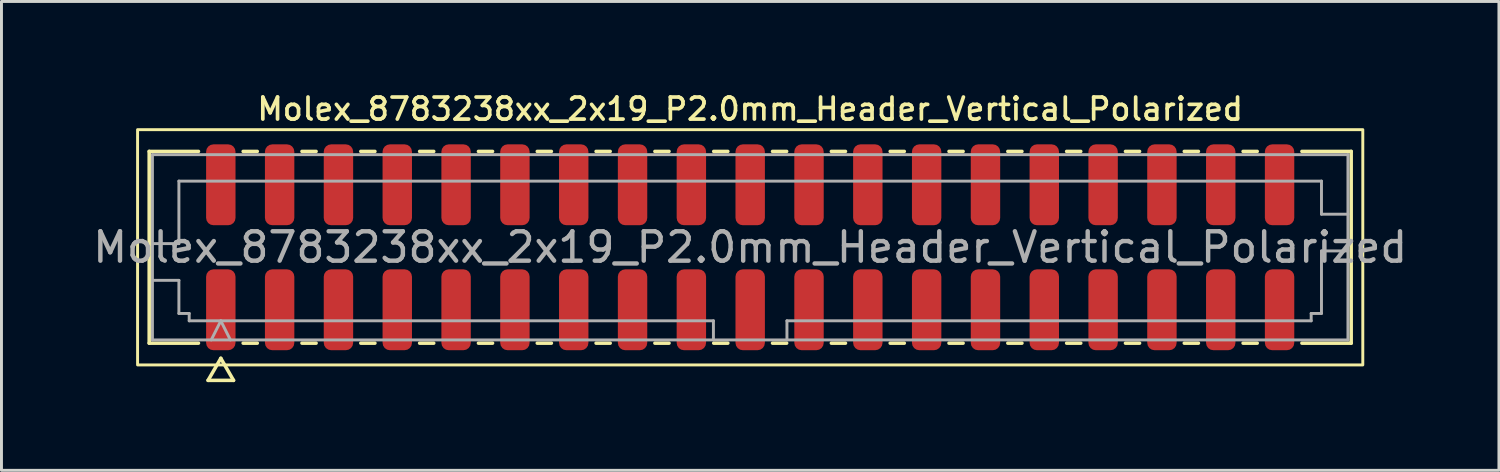
<source format=kicad_pcb>
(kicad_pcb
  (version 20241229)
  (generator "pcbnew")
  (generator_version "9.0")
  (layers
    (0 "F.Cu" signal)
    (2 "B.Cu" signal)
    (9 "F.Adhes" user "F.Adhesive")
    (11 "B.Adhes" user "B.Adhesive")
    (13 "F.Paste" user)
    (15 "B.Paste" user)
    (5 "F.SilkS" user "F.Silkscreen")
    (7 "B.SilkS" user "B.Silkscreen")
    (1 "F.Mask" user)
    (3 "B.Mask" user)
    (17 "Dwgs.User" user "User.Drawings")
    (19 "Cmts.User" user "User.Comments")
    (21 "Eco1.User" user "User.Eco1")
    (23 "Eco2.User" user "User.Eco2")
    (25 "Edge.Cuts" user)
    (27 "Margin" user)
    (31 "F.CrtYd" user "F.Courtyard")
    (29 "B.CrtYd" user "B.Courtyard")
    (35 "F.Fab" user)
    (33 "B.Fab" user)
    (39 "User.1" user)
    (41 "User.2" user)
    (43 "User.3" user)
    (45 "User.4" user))
  (footprint "Molex_8783238xx_2x19_P2.0mm_Header_Vertical_Polarized"
    (layer "F.Cu")
    (at 22.458 5.358)
    (property "Reference" "Molex_8783238xx_2x19_P2.0mm_Header_Vertical_Polarized" (at 0 -4.7 0) (layer "F.SilkS") (effects (font (size 0.75 0.75) (thickness 0.125))))
    (attr smd)
    (fp_line (start -20.435 -3.26) (end -18.76 -3.26) (stroke (width 0.12) (type solid)) (layer "F.SilkS"))
    (fp_line (start -20.435 3.26) (end -20.435 -3.26) (stroke (width 0.12) (type solid)) (layer "F.SilkS"))
    (fp_line (start -18.76 3.26) (end -20.435 3.26) (stroke (width 0.12) (type solid)) (layer "F.SilkS"))
    (fp_line (start -18.433 4.525) (end -18 3.775) (stroke (width 0.12) (type solid)) (layer "F.SilkS"))
    (fp_line (start -18 3.775) (end -17.567 4.525) (stroke (width 0.12) (type solid)) (layer "F.SilkS"))
    (fp_line (start -17.567 4.525) (end -18.433 4.525) (stroke (width 0.12) (type solid)) (layer "F.SilkS"))
    (fp_line (start -17.24 -3.26) (end -16.76 -3.26) (stroke (width 0.12) (type solid)) (layer "F.SilkS"))
    (fp_line (start -16.76 3.26) (end -17.24 3.26) (stroke (width 0.12) (type solid)) (layer "F.SilkS"))
    (fp_line (start -15.24 -3.26) (end -14.76 -3.26) (stroke (width 0.12) (type solid)) (layer "F.SilkS"))
    (fp_line (start -14.76 3.26) (end -15.24 3.26) (stroke (width 0.12) (type solid)) (layer "F.SilkS"))
    (fp_line (start -13.24 -3.26) (end -12.76 -3.26) (stroke (width 0.12) (type solid)) (layer "F.SilkS"))
    (fp_line (start -12.76 3.26) (end -13.24 3.26) (stroke (width 0.12) (type solid)) (layer "F.SilkS"))
    (fp_line (start -11.24 -3.26) (end -10.76 -3.26) (stroke (width 0.12) (type solid)) (layer "F.SilkS"))
    (fp_line (start -10.76 3.26) (end -11.24 3.26) (stroke (width 0.12) (type solid)) (layer "F.SilkS"))
    (fp_line (start -9.24 -3.26) (end -8.76 -3.26) (stroke (width 0.12) (type solid)) (layer "F.SilkS"))
    (fp_line (start -8.76 3.26) (end -9.24 3.26) (stroke (width 0.12) (type solid)) (layer "F.SilkS"))
    (fp_line (start -7.24 -3.26) (end -6.76 -3.26) (stroke (width 0.12) (type solid)) (layer "F.SilkS"))
    (fp_line (start -6.76 3.26) (end -7.24 3.26) (stroke (width 0.12) (type solid)) (layer "F.SilkS"))
    (fp_line (start -5.24 -3.26) (end -4.76 -3.26) (stroke (width 0.12) (type solid)) (layer "F.SilkS"))
    (fp_line (start -4.76 3.26) (end -5.24 3.26) (stroke (width 0.12) (type solid)) (layer "F.SilkS"))
    (fp_line (start -3.24 -3.26) (end -2.76 -3.26) (stroke (width 0.12) (type solid)) (layer "F.SilkS"))
    (fp_line (start -2.76 3.26) (end -3.24 3.26) (stroke (width 0.12) (type solid)) (layer "F.SilkS"))
    (fp_line (start -1.24 -3.26) (end -0.76 -3.26) (stroke (width 0.12) (type solid)) (layer "F.SilkS"))
    (fp_line (start -0.76 3.26) (end -1.24 3.26) (stroke (width 0.12) (type solid)) (layer "F.SilkS"))
    (fp_line (start 0.76 -3.26) (end 1.24 -3.26) (stroke (width 0.12) (type solid)) (layer "F.SilkS"))
    (fp_line (start 1.24 3.26) (end 0.76 3.26) (stroke (width 0.12) (type solid)) (layer "F.SilkS"))
    (fp_line (start 2.76 -3.26) (end 3.24 -3.26) (stroke (width 0.12) (type solid)) (layer "F.SilkS"))
    (fp_line (start 3.24 3.26) (end 2.76 3.26) (stroke (width 0.12) (type solid)) (layer "F.SilkS"))
    (fp_line (start 4.76 -3.26) (end 5.24 -3.26) (stroke (width 0.12) (type solid)) (layer "F.SilkS"))
    (fp_line (start 5.24 3.26) (end 4.76 3.26) (stroke (width 0.12) (type solid)) (layer "F.SilkS"))
    (fp_line (start 6.76 -3.26) (end 7.24 -3.26) (stroke (width 0.12) (type solid)) (layer "F.SilkS"))
    (fp_line (start 7.24 3.26) (end 6.76 3.26) (stroke (width 0.12) (type solid)) (layer "F.SilkS"))
    (fp_line (start 8.76 -3.26) (end 9.24 -3.26) (stroke (width 0.12) (type solid)) (layer "F.SilkS"))
    (fp_line (start 9.24 3.26) (end 8.76 3.26) (stroke (width 0.12) (type solid)) (layer "F.SilkS"))
    (fp_line (start 10.76 -3.26) (end 11.24 -3.26) (stroke (width 0.12) (type solid)) (layer "F.SilkS"))
    (fp_line (start 11.24 3.26) (end 10.76 3.26) (stroke (width 0.12) (type solid)) (layer "F.SilkS"))
    (fp_line (start 12.76 -3.26) (end 13.24 -3.26) (stroke (width 0.12) (type solid)) (layer "F.SilkS"))
    (fp_line (start 13.24 3.26) (end 12.76 3.26) (stroke (width 0.12) (type solid)) (layer "F.SilkS"))
    (fp_line (start 14.76 -3.26) (end 15.24 -3.26) (stroke (width 0.12) (type solid)) (layer "F.SilkS"))
    (fp_line (start 15.24 3.26) (end 14.76 3.26) (stroke (width 0.12) (type solid)) (layer "F.SilkS"))
    (fp_line (start 16.76 -3.26) (end 17.24 -3.26) (stroke (width 0.12) (type solid)) (layer "F.SilkS"))
    (fp_line (start 17.24 3.26) (end 16.76 3.26) (stroke (width 0.12) (type solid)) (layer "F.SilkS"))
    (fp_line (start 18.76 -3.26) (end 20.435 -3.26) (stroke (width 0.12) (type solid)) (layer "F.SilkS"))
    (fp_line (start 20.435 -3.26) (end 20.435 3.26) (stroke (width 0.12) (type solid)) (layer "F.SilkS"))
    (fp_line (start 20.435 3.26) (end 18.76 3.26) (stroke (width 0.12) (type solid)) (layer "F.SilkS"))
    (fp_rect (start -20.83 -4) (end 20.83 4) (stroke (width 0.1) (type solid)) (fill no) (layer "F.SilkS"))
    (fp_line (start -20.325 -3.15) (end 20.325 -3.15) (stroke (width 0.1) (type solid)) (layer "F.Fab"))
    (fp_line (start -20.325 -0.125) (end -19.425 -0.125) (stroke (width 0.1) (type solid)) (layer "F.Fab"))
    (fp_line (start -20.325 1.125) (end -19.425 1.125) (stroke (width 0.1) (type solid)) (layer "F.Fab"))
    (fp_line (start -20.325 3.15) (end -20.325 -3.15) (stroke (width 0.1) (type solid)) (layer "F.Fab"))
    (fp_line (start -19.425 -2.25) (end 19.425 -2.25) (stroke (width 0.1) (type solid)) (layer "F.Fab"))
    (fp_line (start -19.425 -0.125) (end -19.425 -2.25) (stroke (width 0.1) (type solid)) (layer "F.Fab"))
    (fp_line (start -19.425 1.125) (end -19.425 2.25) (stroke (width 0.1) (type solid)) (layer "F.Fab"))
    (fp_line (start -19.425 2.25) (end -19.075 2.25) (stroke (width 0.1) (type solid)) (layer "F.Fab"))
    (fp_line (start -19.075 2.25) (end -19.075 2.5) (stroke (width 0.1) (type solid)) (layer "F.Fab"))
    (fp_line (start -19.075 2.5) (end -1.25 2.5) (stroke (width 0.1) (type solid)) (layer "F.Fab"))
    (fp_line (start -18.325 3.15) (end -18 2.5) (stroke (width 0.1) (type solid)) (layer "F.Fab"))
    (fp_line (start -18 2.5) (end -17.675 3.15) (stroke (width 0.1) (type solid)) (layer "F.Fab"))
    (fp_line (start -1.25 2.5) (end -1.25 3.15) (stroke (width 0.1) (type solid)) (layer "F.Fab"))
    (fp_line (start 1.25 2.5) (end 1.25 3.15) (stroke (width 0.1) (type solid)) (layer "F.Fab"))
    (fp_line (start 1.25 2.5) (end 19.075 2.5) (stroke (width 0.1) (type solid)) (layer "F.Fab"))
    (fp_line (start 19.075 2.25) (end 19.425 2.25) (stroke (width 0.1) (type solid)) (layer "F.Fab"))
    (fp_line (start 19.075 2.5) (end 19.075 2.25) (stroke (width 0.1) (type solid)) (layer "F.Fab"))
    (fp_line (start 19.425 -2.25) (end 19.425 -1.125) (stroke (width 0.1) (type solid)) (layer "F.Fab"))
    (fp_line (start 19.425 -1.125) (end 20.325 -1.125) (stroke (width 0.1) (type solid)) (layer "F.Fab"))
    (fp_line (start 19.425 0.125) (end 20.325 0.125) (stroke (width 0.1) (type solid)) (layer "F.Fab"))
    (fp_line (start 19.425 2.25) (end 19.425 0.125) (stroke (width 0.1) (type solid)) (layer "F.Fab"))
    (fp_line (start 20.325 -3.15) (end 20.325 3.15) (stroke (width 0.1) (type solid)) (layer "F.Fab"))
    (fp_line (start 20.325 3.15) (end -20.325 3.15) (stroke (width 0.1) (type solid)) (layer "F.Fab"))
    (fp_text user "${REFERENCE}" (at 0 0 0) (layer "F.Fab") (effects (font (size 1 1) (thickness 0.15))))
    (pad "1" smd roundrect (at -18 2.125) (size 1 2.75) (layers "F.Cu" "F.Mask" "F.Paste") (roundrect_rratio 0.25))
    (pad "2" smd roundrect (at -18 -2.125) (size 1 2.75) (layers "F.Cu" "F.Mask" "F.Paste") (roundrect_rratio 0.25))
    (pad "3" smd roundrect (at -16 2.125) (size 1 2.75) (layers "F.Cu" "F.Mask" "F.Paste") (roundrect_rratio 0.25))
    (pad "4" smd roundrect (at -16 -2.125) (size 1 2.75) (layers "F.Cu" "F.Mask" "F.Paste") (roundrect_rratio 0.25))
    (pad "5" smd roundrect (at -14 2.125) (size 1 2.75) (layers "F.Cu" "F.Mask" "F.Paste") (roundrect_rratio 0.25))
    (pad "6" smd roundrect (at -14 -2.125) (size 1 2.75) (layers "F.Cu" "F.Mask" "F.Paste") (roundrect_rratio 0.25))
    (pad "7" smd roundrect (at -12 2.125) (size 1 2.75) (layers "F.Cu" "F.Mask" "F.Paste") (roundrect_rratio 0.25))
    (pad "8" smd roundrect (at -12 -2.125) (size 1 2.75) (layers "F.Cu" "F.Mask" "F.Paste") (roundrect_rratio 0.25))
    (pad "9" smd roundrect (at -10 2.125) (size 1 2.75) (layers "F.Cu" "F.Mask" "F.Paste") (roundrect_rratio 0.25))
    (pad "10" smd roundrect (at -10 -2.125) (size 1 2.75) (layers "F.Cu" "F.Mask" "F.Paste") (roundrect_rratio 0.25))
    (pad "11" smd roundrect (at -8 2.125) (size 1 2.75) (layers "F.Cu" "F.Mask" "F.Paste") (roundrect_rratio 0.25))
    (pad "12" smd roundrect (at -8 -2.125) (size 1 2.75) (layers "F.Cu" "F.Mask" "F.Paste") (roundrect_rratio 0.25))
    (pad "13" smd roundrect (at -6 2.125) (size 1 2.75) (layers "F.Cu" "F.Mask" "F.Paste") (roundrect_rratio 0.25))
    (pad "14" smd roundrect (at -6 -2.125) (size 1 2.75) (layers "F.Cu" "F.Mask" "F.Paste") (roundrect_rratio 0.25))
    (pad "15" smd roundrect (at -4 2.125) (size 1 2.75) (layers "F.Cu" "F.Mask" "F.Paste") (roundrect_rratio 0.25))
    (pad "16" smd roundrect (at -4 -2.125) (size 1 2.75) (layers "F.Cu" "F.Mask" "F.Paste") (roundrect_rratio 0.25))
    (pad "17" smd roundrect (at -2 2.125) (size 1 2.75) (layers "F.Cu" "F.Mask" "F.Paste") (roundrect_rratio 0.25))
    (pad "18" smd roundrect (at -2 -2.125) (size 1 2.75) (layers "F.Cu" "F.Mask" "F.Paste") (roundrect_rratio 0.25))
    (pad "19" smd roundrect (at 0 2.125) (size 1 2.75) (layers "F.Cu" "F.Mask" "F.Paste") (roundrect_rratio 0.25))
    (pad "20" smd roundrect (at 0 -2.125) (size 1 2.75) (layers "F.Cu" "F.Mask" "F.Paste") (roundrect_rratio 0.25))
    (pad "21" smd roundrect (at 2 2.125) (size 1 2.75) (layers "F.Cu" "F.Mask" "F.Paste") (roundrect_rratio 0.25))
    (pad "22" smd roundrect (at 2 -2.125) (size 1 2.75) (layers "F.Cu" "F.Mask" "F.Paste") (roundrect_rratio 0.25))
    (pad "23" smd roundrect (at 4 2.125) (size 1 2.75) (layers "F.Cu" "F.Mask" "F.Paste") (roundrect_rratio 0.25))
    (pad "24" smd roundrect (at 4 -2.125) (size 1 2.75) (layers "F.Cu" "F.Mask" "F.Paste") (roundrect_rratio 0.25))
    (pad "25" smd roundrect (at 6 2.125) (size 1 2.75) (layers "F.Cu" "F.Mask" "F.Paste") (roundrect_rratio 0.25))
    (pad "26" smd roundrect (at 6 -2.125) (size 1 2.75) (layers "F.Cu" "F.Mask" "F.Paste") (roundrect_rratio 0.25))
    (pad "27" smd roundrect (at 8 2.125) (size 1 2.75) (layers "F.Cu" "F.Mask" "F.Paste") (roundrect_rratio 0.25))
    (pad "28" smd roundrect (at 8 -2.125) (size 1 2.75) (layers "F.Cu" "F.Mask" "F.Paste") (roundrect_rratio 0.25))
    (pad "29" smd roundrect (at 10 2.125) (size 1 2.75) (layers "F.Cu" "F.Mask" "F.Paste") (roundrect_rratio 0.25))
    (pad "30" smd roundrect (at 10 -2.125) (size 1 2.75) (layers "F.Cu" "F.Mask" "F.Paste") (roundrect_rratio 0.25))
    (pad "31" smd roundrect (at 12 2.125) (size 1 2.75) (layers "F.Cu" "F.Mask" "F.Paste") (roundrect_rratio 0.25))
    (pad "32" smd roundrect (at 12 -2.125) (size 1 2.75) (layers "F.Cu" "F.Mask" "F.Paste") (roundrect_rratio 0.25))
    (pad "33" smd roundrect (at 14 2.125) (size 1 2.75) (layers "F.Cu" "F.Mask" "F.Paste") (roundrect_rratio 0.25))
    (pad "34" smd roundrect (at 14 -2.125) (size 1 2.75) (layers "F.Cu" "F.Mask" "F.Paste") (roundrect_rratio 0.25))
    (pad "35" smd roundrect (at 16 2.125) (size 1 2.75) (layers "F.Cu" "F.Mask" "F.Paste") (roundrect_rratio 0.25))
    (pad "36" smd roundrect (at 16 -2.125) (size 1 2.75) (layers "F.Cu" "F.Mask" "F.Paste") (roundrect_rratio 0.25))
    (pad "37" smd roundrect (at 18 2.125) (size 1 2.75) (layers "F.Cu" "F.Mask" "F.Paste") (roundrect_rratio 0.25))
    (pad "38" smd roundrect (at 18 -2.125) (size 1 2.75) (layers "F.Cu" "F.Mask" "F.Paste") (roundrect_rratio 0.25)))
  (gr_rect
    (start -3 -3)
    (end 47.917 12.943)
    (stroke (width 0.1) (type default))
    (fill no)
    (layer "Edge.Cuts")))
</source>
